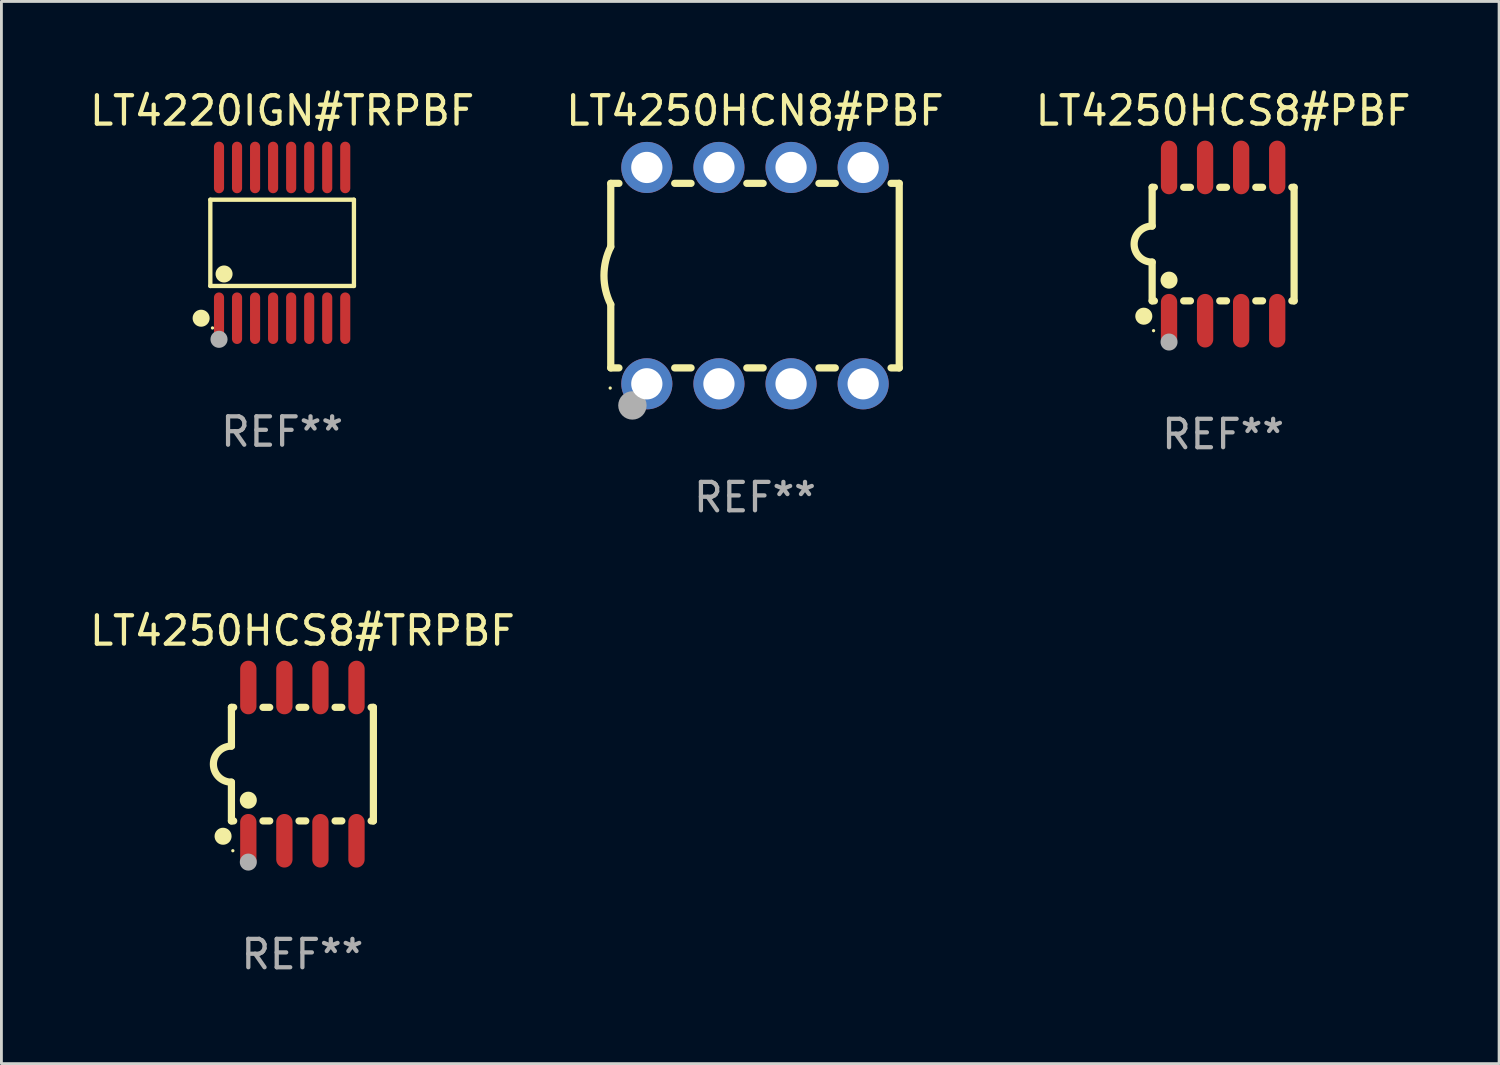
<source format=kicad_pcb>
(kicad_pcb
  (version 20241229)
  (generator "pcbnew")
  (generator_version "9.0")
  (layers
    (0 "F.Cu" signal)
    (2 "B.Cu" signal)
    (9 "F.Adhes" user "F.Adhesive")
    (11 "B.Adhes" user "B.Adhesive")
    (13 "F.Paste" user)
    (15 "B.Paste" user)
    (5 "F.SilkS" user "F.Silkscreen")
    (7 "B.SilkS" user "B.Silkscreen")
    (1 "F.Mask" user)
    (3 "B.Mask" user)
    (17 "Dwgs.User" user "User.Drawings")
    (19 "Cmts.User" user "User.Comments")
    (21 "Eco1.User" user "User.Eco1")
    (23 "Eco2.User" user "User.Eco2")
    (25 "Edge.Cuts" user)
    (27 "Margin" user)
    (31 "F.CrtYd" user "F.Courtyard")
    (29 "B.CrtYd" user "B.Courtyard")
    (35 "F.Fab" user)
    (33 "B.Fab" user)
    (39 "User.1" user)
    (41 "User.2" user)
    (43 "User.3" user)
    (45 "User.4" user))
  (footprint "LT4220IGN#TRPBF"
    (layer "F.Cu")
    (at 6.887 5.503)
    (property "Reference" "LT4220IGN#TRPBF" (at 0 -4.655 0) (layer "F.SilkS") (effects (font (size 1 1) (thickness 0.15))))
    (attr through_hole)
    (fp_line (start -2.529 -1.519) (end 2.529 -1.519) (stroke (width 0.152) (type solid)) (layer "F.SilkS"))
    (fp_line (start -2.529 1.519) (end -2.529 -1.519) (stroke (width 0.152) (type solid)) (layer "F.SilkS"))
    (fp_line (start 2.529 -1.519) (end 2.529 1.519) (stroke (width 0.152) (type solid)) (layer "F.SilkS"))
    (fp_line (start 2.529 1.519) (end -2.529 1.519) (stroke (width 0.152) (type solid)) (layer "F.SilkS"))
    (fp_circle (center -2.853 2.655) (end -2.703 2.655) (stroke (width 0.3) (type solid)) (fill no) (layer "F.SilkS"))
    (fp_circle (center -2.453 2.998) (end -2.423 2.998) (stroke (width 0.06) (type solid)) (fill no) (layer "F.SilkS"))
    (fp_circle (center -2.045 1.097) (end -1.895 1.097) (stroke (width 0.3) (type solid)) (fill no) (layer "F.SilkS"))
    (fp_circle (center -2.223 3.398) (end -2.072 3.398) (stroke (width 0.3) (type solid)) (fill no) (layer "F.Fab"))
    (fp_text user "REF**" (at 0 6.655 0) (layer "F.Fab") (effects (font (size 1 1) (thickness 0.15))))
    (pad "1" smd oval (at -2.223 2.655) (size 0.356 1.815) (layers "F.Cu" "F.Mask" "F.Paste"))
    (pad "2" smd oval (at -1.588 2.655) (size 0.356 1.815) (layers "F.Cu" "F.Mask" "F.Paste"))
    (pad "3" smd oval (at -0.953 2.655) (size 0.356 1.815) (layers "F.Cu" "F.Mask" "F.Paste"))
    (pad "4" smd oval (at -0.318 2.655) (size 0.356 1.815) (layers "F.Cu" "F.Mask" "F.Paste"))
    (pad "5" smd oval (at 0.318 2.655) (size 0.356 1.815) (layers "F.Cu" "F.Mask" "F.Paste"))
    (pad "6" smd oval (at 0.953 2.655) (size 0.356 1.815) (layers "F.Cu" "F.Mask" "F.Paste"))
    (pad "7" smd oval (at 1.588 2.655) (size 0.356 1.815) (layers "F.Cu" "F.Mask" "F.Paste"))
    (pad "8" smd oval (at 2.223 2.655) (size 0.356 1.815) (layers "F.Cu" "F.Mask" "F.Paste"))
    (pad "9" smd oval (at 2.223 -2.655) (size 0.356 1.815) (layers "F.Cu" "F.Mask" "F.Paste"))
    (pad "10" smd oval (at 1.588 -2.655) (size 0.356 1.815) (layers "F.Cu" "F.Mask" "F.Paste"))
    (pad "11" smd oval (at 0.953 -2.655) (size 0.356 1.815) (layers "F.Cu" "F.Mask" "F.Paste"))
    (pad "12" smd oval (at 0.318 -2.655) (size 0.356 1.815) (layers "F.Cu" "F.Mask" "F.Paste"))
    (pad "13" smd oval (at -0.318 -2.655) (size 0.356 1.815) (layers "F.Cu" "F.Mask" "F.Paste"))
    (pad "14" smd oval (at -0.953 -2.655) (size 0.356 1.815) (layers "F.Cu" "F.Mask" "F.Paste"))
    (pad "15" smd oval (at -1.588 -2.655) (size 0.356 1.815) (layers "F.Cu" "F.Mask" "F.Paste"))
    (pad "16" smd oval (at -2.223 -2.655) (size 0.356 1.815) (layers "F.Cu" "F.Mask" "F.Paste")))
  (footprint "LT4250HCS8#PBF"
    (layer "F.Cu")
    (at 40.03 5.547)
    (property "Reference" "LT4250HCS8#PBF" (at 0 -4.699 0) (layer "F.SilkS") (effects (font (size 1 1) (thickness 0.15))))
    (attr through_hole)
    (fp_line (start -2.5 -2) (end -2.5 -0.635) (stroke (width 0.254) (type solid)) (layer "F.SilkS"))
    (fp_line (start -2.5 -2) (end -2.421 -2) (stroke (width 0.254) (type solid)) (layer "F.SilkS"))
    (fp_line (start -2.5 2) (end -2.5 0.635) (stroke (width 0.254) (type solid)) (layer "F.SilkS"))
    (fp_line (start -2.5 2) (end -2.421 2) (stroke (width 0.254) (type solid)) (layer "F.SilkS"))
    (fp_line (start -1.389 -2) (end -1.151 -2) (stroke (width 0.254) (type solid)) (layer "F.SilkS"))
    (fp_line (start -1.389 2) (end -1.151 2) (stroke (width 0.254) (type solid)) (layer "F.SilkS"))
    (fp_line (start -0.119 -2) (end 0.119 -2) (stroke (width 0.254) (type solid)) (layer "F.SilkS"))
    (fp_line (start -0.119 2) (end 0.119 2) (stroke (width 0.254) (type solid)) (layer "F.SilkS"))
    (fp_line (start 1.151 -2) (end 1.389 -2) (stroke (width 0.254) (type solid)) (layer "F.SilkS"))
    (fp_line (start 1.151 2) (end 1.389 2) (stroke (width 0.254) (type solid)) (layer "F.SilkS"))
    (fp_line (start 2.421 -2) (end 2.5 -2) (stroke (width 0.254) (type solid)) (layer "F.SilkS"))
    (fp_line (start 2.421 2) (end 2.5 2) (stroke (width 0.254) (type solid)) (layer "F.SilkS"))
    (fp_line (start 2.5 -2) (end 2.5 2) (stroke (width 0.254) (type solid)) (layer "F.SilkS"))
    (fp_arc (start -2.5 0.635001) (mid -3.134366 -0.000318) (end -2.499365 -0.635001) (stroke (width 0.254001) (type solid)) (layer "F.SilkS"))
    (fp_circle (center -2.794 2.54) (end -2.644 2.54) (stroke (width 0.3) (type solid)) (fill no) (layer "F.SilkS"))
    (fp_circle (center -2.45 3.05) (end -2.42 3.05) (stroke (width 0.06) (type solid)) (fill no) (layer "F.SilkS"))
    (fp_circle (center -1.905 1.27) (end -1.755 1.27) (stroke (width 0.3) (type solid)) (fill no) (layer "F.SilkS"))
    (fp_circle (center -1.905 3.45) (end -1.755 3.45) (stroke (width 0.3) (type solid)) (fill no) (layer "F.Fab"))
    (fp_text user "REF**" (at 0 6.699 0) (layer "F.Fab") (effects (font (size 1 1) (thickness 0.15))))
    (pad "1" smd oval (at -1.905 2.699) (size 0.574 1.888) (layers "F.Cu" "F.Mask" "F.Paste"))
    (pad "2" smd oval (at -0.635 2.699) (size 0.574 1.888) (layers "F.Cu" "F.Mask" "F.Paste"))
    (pad "3" smd oval (at 0.635 2.699) (size 0.574 1.888) (layers "F.Cu" "F.Mask" "F.Paste"))
    (pad "4" smd oval (at 1.905 2.699) (size 0.574 1.888) (layers "F.Cu" "F.Mask" "F.Paste"))
    (pad "5" smd oval (at 1.905 -2.699) (size 0.574 1.888) (layers "F.Cu" "F.Mask" "F.Paste"))
    (pad "6" smd oval (at 0.635 -2.699) (size 0.574 1.888) (layers "F.Cu" "F.Mask" "F.Paste"))
    (pad "7" smd oval (at -0.635 -2.699) (size 0.574 1.888) (layers "F.Cu" "F.Mask" "F.Paste"))
    (pad "8" smd oval (at -1.905 -2.699) (size 0.574 1.888) (layers "F.Cu" "F.Mask" "F.Paste")))
  (footprint "LT4250HCS8#TRPBF"
    (layer "F.Cu")
    (at 7.601 23.864)
    (property "Reference" "LT4250HCS8#TRPBF" (at 0 -4.699 0) (layer "F.SilkS") (effects (font (size 1 1) (thickness 0.15))))
    (attr through_hole)
    (fp_line (start -2.5 -2) (end -2.5 -0.635) (stroke (width 0.254) (type solid)) (layer "F.SilkS"))
    (fp_line (start -2.5 -2) (end -2.421 -2) (stroke (width 0.254) (type solid)) (layer "F.SilkS"))
    (fp_line (start -2.5 2) (end -2.5 0.635) (stroke (width 0.254) (type solid)) (layer "F.SilkS"))
    (fp_line (start -2.5 2) (end -2.421 2) (stroke (width 0.254) (type solid)) (layer "F.SilkS"))
    (fp_line (start -1.389 -2) (end -1.151 -2) (stroke (width 0.254) (type solid)) (layer "F.SilkS"))
    (fp_line (start -1.389 2) (end -1.151 2) (stroke (width 0.254) (type solid)) (layer "F.SilkS"))
    (fp_line (start -0.119 -2) (end 0.119 -2) (stroke (width 0.254) (type solid)) (layer "F.SilkS"))
    (fp_line (start -0.119 2) (end 0.119 2) (stroke (width 0.254) (type solid)) (layer "F.SilkS"))
    (fp_line (start 1.151 -2) (end 1.389 -2) (stroke (width 0.254) (type solid)) (layer "F.SilkS"))
    (fp_line (start 1.151 2) (end 1.389 2) (stroke (width 0.254) (type solid)) (layer "F.SilkS"))
    (fp_line (start 2.421 -2) (end 2.5 -2) (stroke (width 0.254) (type solid)) (layer "F.SilkS"))
    (fp_line (start 2.421 2) (end 2.5 2) (stroke (width 0.254) (type solid)) (layer "F.SilkS"))
    (fp_line (start 2.5 -2) (end 2.5 2) (stroke (width 0.254) (type solid)) (layer "F.SilkS"))
    (fp_arc (start -2.5 0.635001) (mid -3.134366 -0.000318) (end -2.499365 -0.635001) (stroke (width 0.254001) (type solid)) (layer "F.SilkS"))
    (fp_circle (center -2.794 2.54) (end -2.644 2.54) (stroke (width 0.3) (type solid)) (fill no) (layer "F.SilkS"))
    (fp_circle (center -2.45 3.05) (end -2.42 3.05) (stroke (width 0.06) (type solid)) (fill no) (layer "F.SilkS"))
    (fp_circle (center -1.905 1.27) (end -1.755 1.27) (stroke (width 0.3) (type solid)) (fill no) (layer "F.SilkS"))
    (fp_circle (center -1.905 3.45) (end -1.755 3.45) (stroke (width 0.3) (type solid)) (fill no) (layer "F.Fab"))
    (fp_text user "REF**" (at 0 6.699 0) (layer "F.Fab") (effects (font (size 1 1) (thickness 0.15))))
    (pad "1" smd oval (at -1.905 2.699) (size 0.574 1.888) (layers "F.Cu" "F.Mask" "F.Paste"))
    (pad "2" smd oval (at -0.635 2.699) (size 0.574 1.888) (layers "F.Cu" "F.Mask" "F.Paste"))
    (pad "3" smd oval (at 0.635 2.699) (size 0.574 1.888) (layers "F.Cu" "F.Mask" "F.Paste"))
    (pad "4" smd oval (at 1.905 2.699) (size 0.574 1.888) (layers "F.Cu" "F.Mask" "F.Paste"))
    (pad "5" smd oval (at 1.905 -2.699) (size 0.574 1.888) (layers "F.Cu" "F.Mask" "F.Paste"))
    (pad "6" smd oval (at 0.635 -2.699) (size 0.574 1.888) (layers "F.Cu" "F.Mask" "F.Paste"))
    (pad "7" smd oval (at -0.635 -2.699) (size 0.574 1.888) (layers "F.Cu" "F.Mask" "F.Paste"))
    (pad "8" smd oval (at -1.905 -2.699) (size 0.574 1.888) (layers "F.Cu" "F.Mask" "F.Paste")))
  (footprint "LT4250HCN8#PBF"
    (layer "F.Cu")
    (at 23.542 6.658)
    (property "Reference" "LT4250HCN8#PBF" (at 0 -5.81 0) (layer "F.SilkS") (effects (font (size 1 1) (thickness 0.15))))
    (attr through_hole)
    (fp_line (start -5.08 -3.25) (end -5.08 -1.017) (stroke (width 0.254) (type solid)) (layer "F.SilkS"))
    (fp_line (start -5.08 -3.25) (end -4.792 -3.25) (stroke (width 0.254) (type solid)) (layer "F.SilkS"))
    (fp_line (start -5.08 3.25) (end -5.08 1.015) (stroke (width 0.254) (type solid)) (layer "F.SilkS"))
    (fp_line (start -5.08 3.25) (end -4.792 3.25) (stroke (width 0.254) (type solid)) (layer "F.SilkS"))
    (fp_line (start -2.828 -3.25) (end -2.252 -3.25) (stroke (width 0.254) (type solid)) (layer "F.SilkS"))
    (fp_line (start -2.828 3.25) (end -2.252 3.25) (stroke (width 0.254) (type solid)) (layer "F.SilkS"))
    (fp_line (start -0.288 -3.25) (end 0.288 -3.25) (stroke (width 0.254) (type solid)) (layer "F.SilkS"))
    (fp_line (start -0.288 3.25) (end 0.288 3.25) (stroke (width 0.254) (type solid)) (layer "F.SilkS"))
    (fp_line (start 2.252 -3.25) (end 2.828 -3.25) (stroke (width 0.254) (type solid)) (layer "F.SilkS"))
    (fp_line (start 2.252 3.25) (end 2.828 3.25) (stroke (width 0.254) (type solid)) (layer "F.SilkS"))
    (fp_line (start 4.792 -3.25) (end 5.08 -3.25) (stroke (width 0.254) (type solid)) (layer "F.SilkS"))
    (fp_line (start 4.792 3.25) (end 5.08 3.25) (stroke (width 0.254) (type solid)) (layer "F.SilkS"))
    (fp_line (start 5.08 -3.25) (end 5.08 3.25) (stroke (width 0.254) (type solid)) (layer "F.SilkS"))
    (fp_arc (start -5.08001 1.01524) (mid -5.319856 -0.000762) (end -5.08001 -1.016764) (stroke (width 0.254001) (type solid)) (layer "F.SilkS"))
    (fp_circle (center -5.1 3.96) (end -5.07 3.96) (stroke (width 0.06) (type solid)) (fill no) (layer "F.SilkS"))
    (fp_circle (center -4.318 4.572) (end -4.068 4.572) (stroke (width 0.5) (type solid)) (fill no) (layer "F.Fab"))
    (fp_text user "REF**" (at 0 7.81 0) (layer "F.Fab") (effects (font (size 1 1) (thickness 0.15))))
    (pad "1" thru_hole circle (at -3.81 3.81) (size 1.8 1.8) (drill 1.1) (layers "*.Cu" "*.Mask"))
    (pad "2" thru_hole circle (at -1.27 3.81) (size 1.8 1.8) (drill 1.1) (layers "*.Cu" "*.Mask"))
    (pad "3" thru_hole circle (at 1.27 3.81) (size 1.8 1.8) (drill 1.1) (layers "*.Cu" "*.Mask"))
    (pad "4" thru_hole circle (at 3.81 3.81) (size 1.8 1.8) (drill 1.1) (layers "*.Cu" "*.Mask"))
    (pad "5" thru_hole circle (at 3.81 -3.81) (size 1.8 1.8) (drill 1.1) (layers "*.Cu" "*.Mask"))
    (pad "6" thru_hole circle (at 1.27 -3.81) (size 1.8 1.8) (drill 1.1) (layers "*.Cu" "*.Mask"))
    (pad "7" thru_hole circle (at -1.27 -3.81) (size 1.8 1.8) (drill 1.1) (layers "*.Cu" "*.Mask"))
    (pad "8" thru_hole circle (at -3.81 -3.81) (size 1.8 1.8) (drill 1.1) (layers "*.Cu" "*.Mask")))
  (gr_rect
    (start -3 -3)
    (end 49.75 34.411)
    (stroke (width 0.1) (type default))
    (fill no)
    (layer "Edge.Cuts")))
</source>
